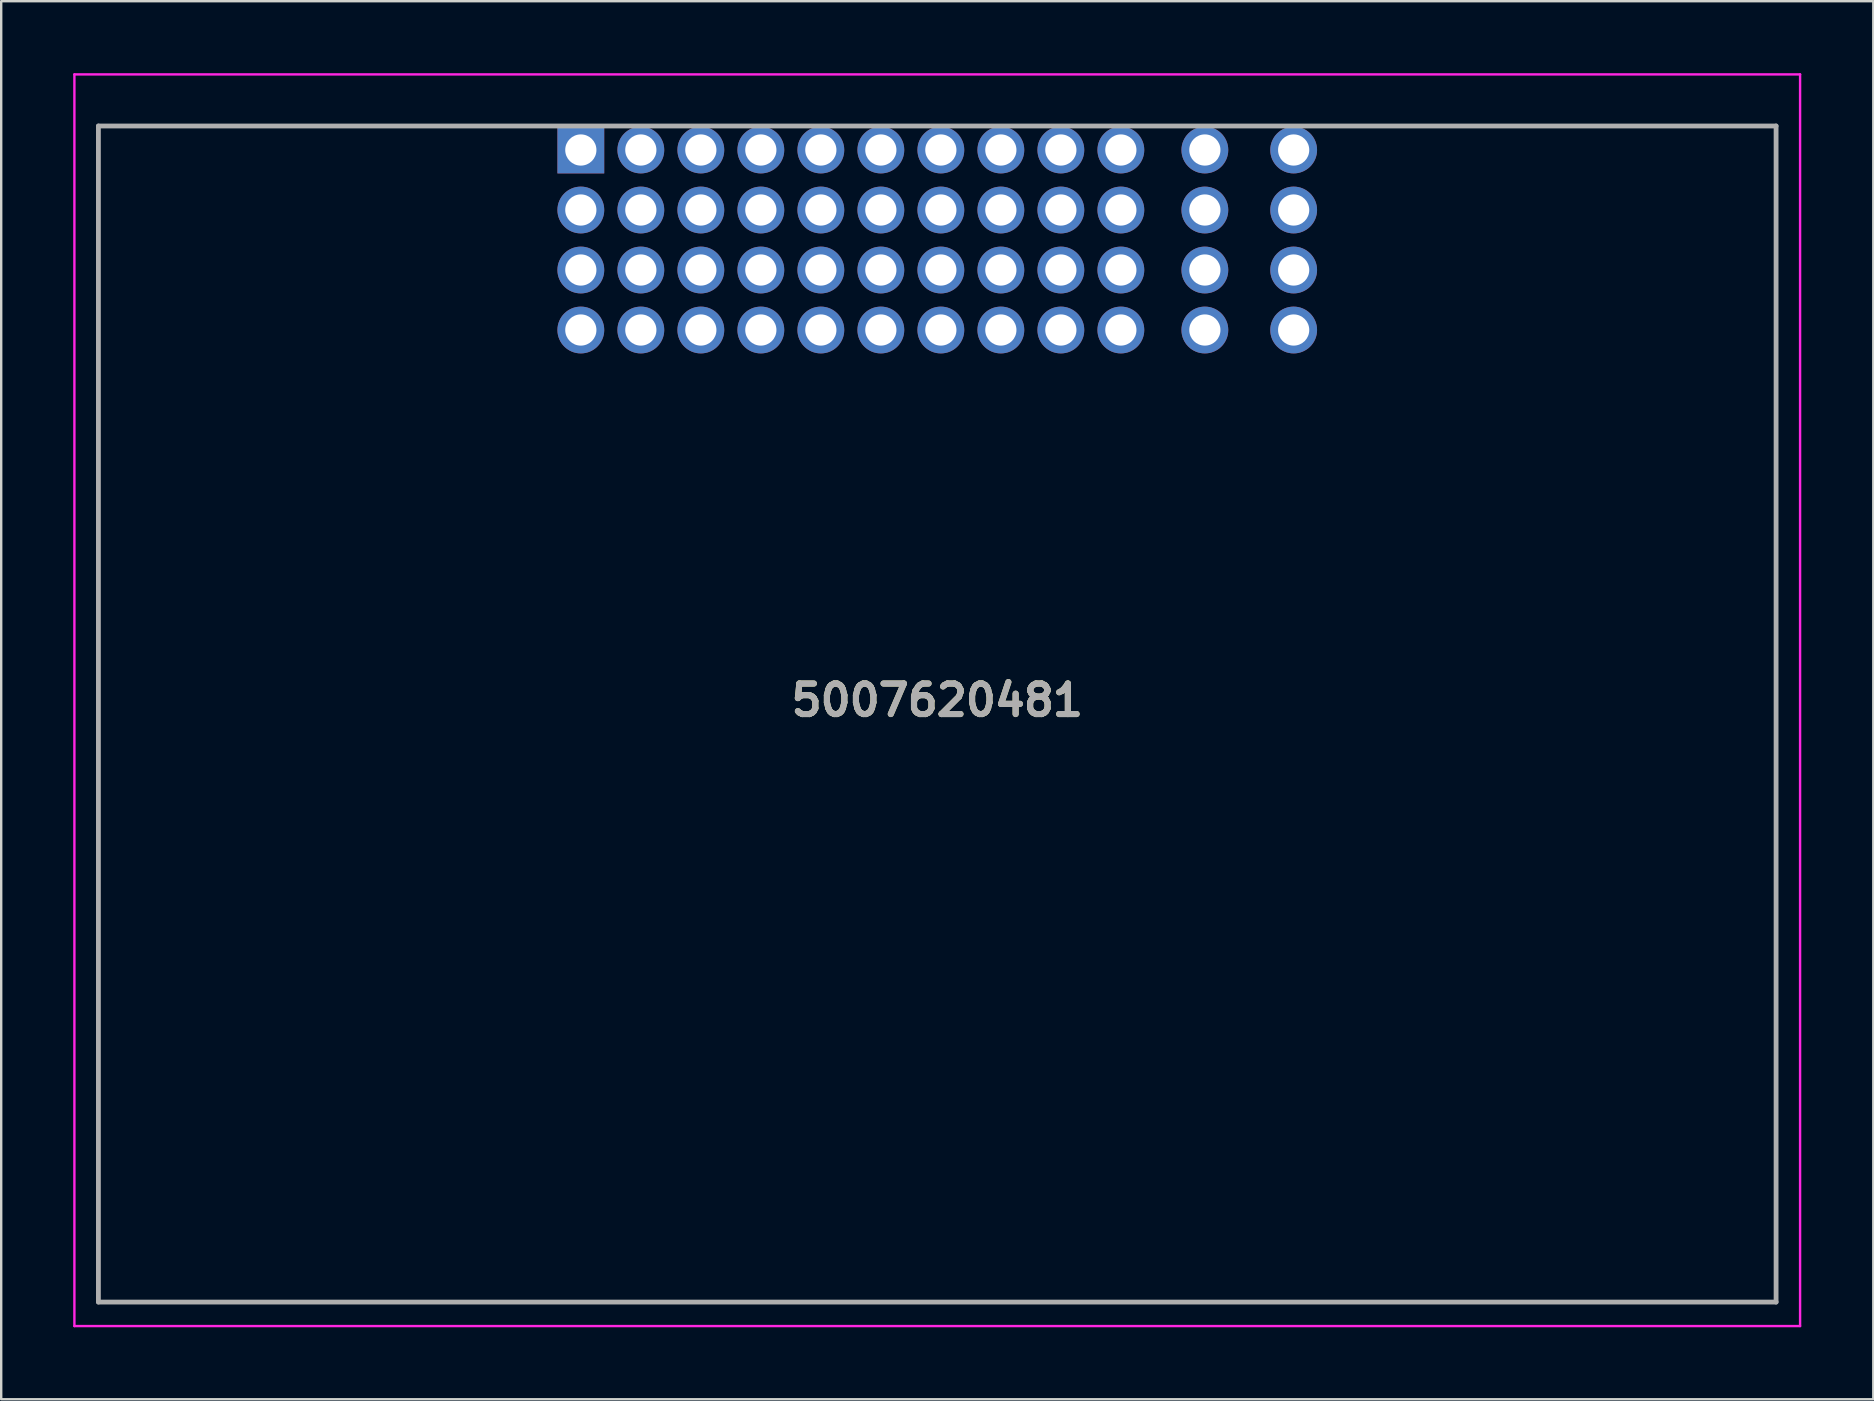
<source format=kicad_pcb>
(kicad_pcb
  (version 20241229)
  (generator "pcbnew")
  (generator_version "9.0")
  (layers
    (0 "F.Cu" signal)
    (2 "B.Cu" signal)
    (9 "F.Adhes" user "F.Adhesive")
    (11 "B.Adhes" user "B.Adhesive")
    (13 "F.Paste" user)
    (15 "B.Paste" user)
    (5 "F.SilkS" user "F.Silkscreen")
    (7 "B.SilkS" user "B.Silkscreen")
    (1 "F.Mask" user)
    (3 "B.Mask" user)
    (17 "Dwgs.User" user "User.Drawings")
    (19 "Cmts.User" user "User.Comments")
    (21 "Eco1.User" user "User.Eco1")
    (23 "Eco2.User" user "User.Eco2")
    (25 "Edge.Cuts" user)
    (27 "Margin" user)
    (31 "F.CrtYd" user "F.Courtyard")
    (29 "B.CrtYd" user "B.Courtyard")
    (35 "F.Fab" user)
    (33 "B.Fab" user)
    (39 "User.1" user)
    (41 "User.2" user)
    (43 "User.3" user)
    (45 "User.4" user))
  (footprint "5007620481"
    (layer "F.Cu")
    (at 21.15 3.2)
    (property "Reference" "5007620481" (at 14.85 22.925 0) (layer "F.SilkS") (effects (font (size 1.27 1.27) (thickness 0.254))))
    (attr through_hole)
    (fp_line (start -20.1 -1) (end -20.1 48) (stroke (width 0.1) (type solid)) (layer "F.SilkS"))
    (fp_line (start -20.1 48) (end 49.8 48) (stroke (width 0.1) (type solid)) (layer "F.SilkS"))
    (fp_line (start -9.15 -1) (end -20.1 -1) (stroke (width 0.1) (type solid)) (layer "F.SilkS"))
    (fp_line (start 49.8 -1) (end 37.85 -1) (stroke (width 0.1) (type solid)) (layer "F.SilkS"))
    (fp_line (start 49.8 48) (end 49.8 -1) (stroke (width 0.1) (type solid)) (layer "F.SilkS"))
    (fp_line (start -21.1 -3.15) (end 50.8 -3.15) (stroke (width 0.1) (type solid)) (layer "F.CrtYd"))
    (fp_line (start -21.1 49) (end -21.1 -3.15) (stroke (width 0.1) (type solid)) (layer "F.CrtYd"))
    (fp_line (start 50.8 -3.15) (end 50.8 49) (stroke (width 0.1) (type solid)) (layer "F.CrtYd"))
    (fp_line (start 50.8 49) (end -21.1 49) (stroke (width 0.1) (type solid)) (layer "F.CrtYd"))
    (fp_line (start -20.1 -1) (end -20.1 48) (stroke (width 0.2) (type solid)) (layer "F.Fab"))
    (fp_line (start -20.1 48) (end 49.8 48) (stroke (width 0.2) (type solid)) (layer "F.Fab"))
    (fp_line (start 49.8 -1) (end -20.1 -1) (stroke (width 0.2) (type solid)) (layer "F.Fab"))
    (fp_line (start 49.8 48) (end 49.8 -1) (stroke (width 0.2) (type solid)) (layer "F.Fab"))
    (fp_text user "${REFERENCE}" (at 14.85 22.925 0) (layer "F.Fab") (effects (font (size 1.27 1.27) (thickness 0.254))))
    (pad "" np_thru_hole circle (at -10.55 2.85) (size 0.001 0.001) (drill 4.1) (layers "*.Cu" "*.Mask"))
    (pad "" np_thru_hole circle (at -6.45 -1) (size 0.001 0.001) (drill 2.3) (layers "*.Cu" "*.Mask"))
    (pad "" np_thru_hole circle (at 36.15 -1) (size 0.001 0.001) (drill 2.3) (layers "*.Cu" "*.Mask"))
    (pad "" np_thru_hole circle (at 40.25 2.85) (size 0.001 0.001) (drill 4.1) (layers "*.Cu" "*.Mask"))
    (pad "A1" thru_hole rect (at 0 0) (size 1.95 1.95) (drill 1.3) (layers "*.Cu" "*.Mask"))
    (pad "A2" thru_hole circle (at 0 2.5) (size 1.95 1.95) (drill 1.3) (layers "*.Cu" "*.Mask"))
    (pad "A3" thru_hole circle (at 0 5) (size 1.95 1.95) (drill 1.3) (layers "*.Cu" "*.Mask"))
    (pad "A4" thru_hole circle (at 0 7.5) (size 1.95 1.95) (drill 1.3) (layers "*.Cu" "*.Mask"))
    (pad "B1" thru_hole circle (at 2.5 0) (size 1.95 1.95) (drill 1.3) (layers "*.Cu" "*.Mask"))
    (pad "B2" thru_hole circle (at 2.5 2.5) (size 1.95 1.95) (drill 1.3) (layers "*.Cu" "*.Mask"))
    (pad "B3" thru_hole circle (at 2.5 5) (size 1.95 1.95) (drill 1.3) (layers "*.Cu" "*.Mask"))
    (pad "B4" thru_hole circle (at 2.5 7.5) (size 1.95 1.95) (drill 1.3) (layers "*.Cu" "*.Mask"))
    (pad "C1" thru_hole circle (at 5 0) (size 1.95 1.95) (drill 1.3) (layers "*.Cu" "*.Mask"))
    (pad "C2" thru_hole circle (at 5 2.5) (size 1.95 1.95) (drill 1.3) (layers "*.Cu" "*.Mask"))
    (pad "C3" thru_hole circle (at 5 5) (size 1.95 1.95) (drill 1.3) (layers "*.Cu" "*.Mask"))
    (pad "C4" thru_hole circle (at 5 7.5) (size 1.95 1.95) (drill 1.3) (layers "*.Cu" "*.Mask"))
    (pad "D1" thru_hole circle (at 7.5 0) (size 1.95 1.95) (drill 1.3) (layers "*.Cu" "*.Mask"))
    (pad "D2" thru_hole circle (at 7.5 2.5) (size 1.95 1.95) (drill 1.3) (layers "*.Cu" "*.Mask"))
    (pad "D3" thru_hole circle (at 7.5 5) (size 1.95 1.95) (drill 1.3) (layers "*.Cu" "*.Mask"))
    (pad "D4" thru_hole circle (at 7.5 7.5) (size 1.95 1.95) (drill 1.3) (layers "*.Cu" "*.Mask"))
    (pad "E1" thru_hole circle (at 10 0) (size 1.95 1.95) (drill 1.3) (layers "*.Cu" "*.Mask"))
    (pad "E2" thru_hole circle (at 10 2.5) (size 1.95 1.95) (drill 1.3) (layers "*.Cu" "*.Mask"))
    (pad "E3" thru_hole circle (at 10 5) (size 1.95 1.95) (drill 1.3) (layers "*.Cu" "*.Mask"))
    (pad "E4" thru_hole circle (at 10 7.5) (size 1.95 1.95) (drill 1.3) (layers "*.Cu" "*.Mask"))
    (pad "F1" thru_hole circle (at 12.5 0) (size 1.95 1.95) (drill 1.3) (layers "*.Cu" "*.Mask"))
    (pad "F2" thru_hole circle (at 12.5 2.5) (size 1.95 1.95) (drill 1.3) (layers "*.Cu" "*.Mask"))
    (pad "F3" thru_hole circle (at 12.5 5) (size 1.95 1.95) (drill 1.3) (layers "*.Cu" "*.Mask"))
    (pad "F4" thru_hole circle (at 12.5 7.5) (size 1.95 1.95) (drill 1.3) (layers "*.Cu" "*.Mask"))
    (pad "G1" thru_hole circle (at 15 0) (size 1.95 1.95) (drill 1.3) (layers "*.Cu" "*.Mask"))
    (pad "G2" thru_hole circle (at 15 2.5) (size 1.95 1.95) (drill 1.3) (layers "*.Cu" "*.Mask"))
    (pad "G3" thru_hole circle (at 15 5) (size 1.95 1.95) (drill 1.3) (layers "*.Cu" "*.Mask"))
    (pad "G4" thru_hole circle (at 15 7.5) (size 1.95 1.95) (drill 1.3) (layers "*.Cu" "*.Mask"))
    (pad "H1" thru_hole circle (at 17.5 0) (size 1.95 1.95) (drill 1.3) (layers "*.Cu" "*.Mask"))
    (pad "H2" thru_hole circle (at 17.5 2.5) (size 1.95 1.95) (drill 1.3) (layers "*.Cu" "*.Mask"))
    (pad "H3" thru_hole circle (at 17.5 5) (size 1.95 1.95) (drill 1.3) (layers "*.Cu" "*.Mask"))
    (pad "H4" thru_hole circle (at 17.5 7.5) (size 1.95 1.95) (drill 1.3) (layers "*.Cu" "*.Mask"))
    (pad "J1" thru_hole circle (at 20 0) (size 1.95 1.95) (drill 1.3) (layers "*.Cu" "*.Mask"))
    (pad "J2" thru_hole circle (at 20 2.5) (size 1.95 1.95) (drill 1.3) (layers "*.Cu" "*.Mask"))
    (pad "J3" thru_hole circle (at 20 5) (size 1.95 1.95) (drill 1.3) (layers "*.Cu" "*.Mask"))
    (pad "J4" thru_hole circle (at 20 7.5) (size 1.95 1.95) (drill 1.3) (layers "*.Cu" "*.Mask"))
    (pad "K1" thru_hole circle (at 22.5 0) (size 1.95 1.95) (drill 1.3) (layers "*.Cu" "*.Mask"))
    (pad "K2" thru_hole circle (at 22.5 2.5) (size 1.95 1.95) (drill 1.3) (layers "*.Cu" "*.Mask"))
    (pad "K3" thru_hole circle (at 22.5 5) (size 1.95 1.95) (drill 1.3) (layers "*.Cu" "*.Mask"))
    (pad "K4" thru_hole circle (at 22.5 7.5) (size 1.95 1.95) (drill 1.3) (layers "*.Cu" "*.Mask"))
    (pad "L1" thru_hole circle (at 26 0) (size 1.95 1.95) (drill 1.3) (layers "*.Cu" "*.Mask"))
    (pad "L2" thru_hole circle (at 26 2.5) (size 1.95 1.95) (drill 1.3) (layers "*.Cu" "*.Mask"))
    (pad "L3" thru_hole circle (at 26 5) (size 1.95 1.95) (drill 1.3) (layers "*.Cu" "*.Mask"))
    (pad "L4" thru_hole circle (at 26 7.5) (size 1.95 1.95) (drill 1.3) (layers "*.Cu" "*.Mask"))
    (pad "M1" thru_hole circle (at 29.7 0) (size 1.95 1.95) (drill 1.3) (layers "*.Cu" "*.Mask"))
    (pad "M2" thru_hole circle (at 29.7 2.5) (size 1.95 1.95) (drill 1.3) (layers "*.Cu" "*.Mask"))
    (pad "M3" thru_hole circle (at 29.7 5) (size 1.95 1.95) (drill 1.3) (layers "*.Cu" "*.Mask"))
    (pad "M4" thru_hole circle (at 29.7 7.5) (size 1.95 1.95) (drill 1.3) (layers "*.Cu" "*.Mask")))
  (gr_rect
    (start -3 -3)
    (end 75 55.25)
    (stroke (width 0.1) (type default))
    (fill no)
    (layer "Edge.Cuts")))
</source>
